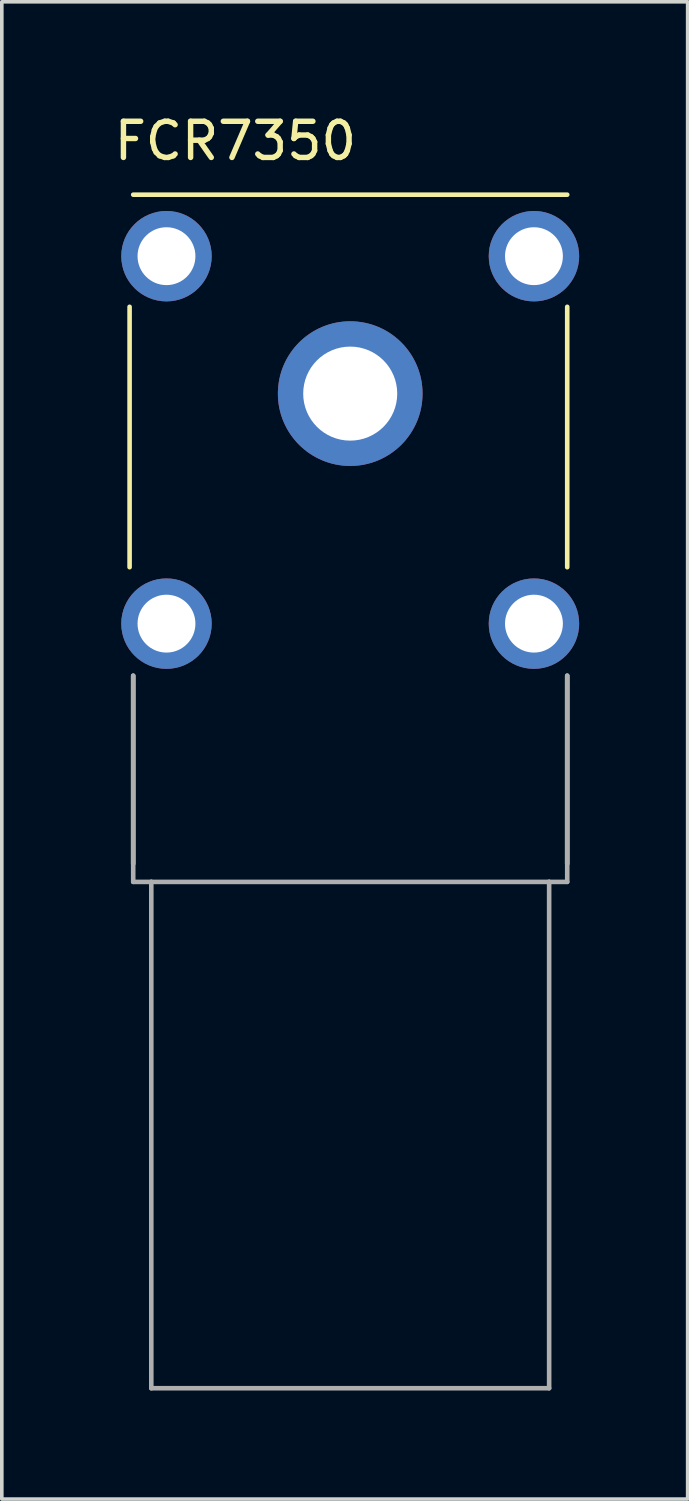
<source format=kicad_pcb>
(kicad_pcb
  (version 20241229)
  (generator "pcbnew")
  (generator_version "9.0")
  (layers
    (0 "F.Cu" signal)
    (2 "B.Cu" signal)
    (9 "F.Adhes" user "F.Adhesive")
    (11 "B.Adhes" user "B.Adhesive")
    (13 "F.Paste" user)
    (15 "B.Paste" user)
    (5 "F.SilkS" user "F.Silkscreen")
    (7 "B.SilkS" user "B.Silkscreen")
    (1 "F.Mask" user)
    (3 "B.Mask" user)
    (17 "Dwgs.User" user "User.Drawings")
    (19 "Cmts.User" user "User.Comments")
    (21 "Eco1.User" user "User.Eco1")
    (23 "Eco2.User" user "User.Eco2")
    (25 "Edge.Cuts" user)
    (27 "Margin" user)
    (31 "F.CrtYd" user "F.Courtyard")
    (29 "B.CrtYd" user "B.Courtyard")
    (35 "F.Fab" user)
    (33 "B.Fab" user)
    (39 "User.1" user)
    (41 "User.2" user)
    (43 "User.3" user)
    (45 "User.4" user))
  (footprint "FCR7350"
    (layer "F.Cu")
    (at 6.633 7.833)
    (property "Reference" "FCR7350" (at -3.175 -6.985 0) (layer "F.SilkS") (effects (font (size 1 1) (thickness 0.15))))
    (attr through_hole)
    (fp_line (start -6.1 4.8) (end -6.1 -2.4) (stroke (width 0.127) (type solid)) (layer "F.SilkS"))
    (fp_line (start -6 -5.5) (end 6 -5.5) (stroke (width 0.127) (type solid)) (layer "F.SilkS"))
    (fp_line (start -6 13) (end -6 7.8) (stroke (width 0.127) (type solid)) (layer "F.SilkS"))
    (fp_line (start 6 4.8) (end 6 -2.4) (stroke (width 0.127) (type solid)) (layer "F.SilkS"))
    (fp_line (start 6 13) (end 6 7.8) (stroke (width 0.127) (type solid)) (layer "F.SilkS"))
    (fp_line (start -6 13.5) (end -6 7.8) (stroke (width 0.127) (type solid)) (layer "F.Fab"))
    (fp_line (start -6 13.5) (end -5.5 13.5) (stroke (width 0.127) (type solid)) (layer "F.Fab"))
    (fp_line (start -5.5 13.5) (end -5.5 27.5) (stroke (width 0.127) (type solid)) (layer "F.Fab"))
    (fp_line (start -5.5 13.5) (end 5.5 13.5) (stroke (width 0.127) (type solid)) (layer "F.Fab"))
    (fp_line (start -5.5 27.5) (end 5.5 27.5) (stroke (width 0.127) (type solid)) (layer "F.Fab"))
    (fp_line (start 5.5 13.5) (end 6 13.5) (stroke (width 0.127) (type solid)) (layer "F.Fab"))
    (fp_line (start 5.5 27.5) (end 5.5 13.5) (stroke (width 0.127) (type solid)) (layer "F.Fab"))
    (fp_line (start 6 13.5) (end 6 7.8) (stroke (width 0.127) (type solid)) (layer "F.Fab"))
    (pad "P$1" thru_hole circle (at 0 0) (size 4 4) (drill 2.6) (layers "*.Cu" "*.Mask"))
    (pad "P$2" thru_hole circle (at -5.08 -3.8) (size 2.5 2.5) (drill 1.6) (layers "*.Cu" "*.Mask"))
    (pad "P$3" thru_hole circle (at 5.08 -3.8) (size 2.5 2.5) (drill 1.6) (layers "*.Cu" "*.Mask"))
    (pad "P$4" thru_hole circle (at -5.08 6.36) (size 2.5 2.5) (drill 1.6) (layers "*.Cu" "*.Mask"))
    (pad "P$5" thru_hole circle (at 5.08 6.36) (size 2.5 2.5) (drill 1.6) (layers "*.Cu" "*.Mask")))
  (gr_rect
    (start -3 -3)
    (end 15.963 38.397)
    (stroke (width 0.1) (type default))
    (fill no)
    (layer "Edge.Cuts")))
</source>
